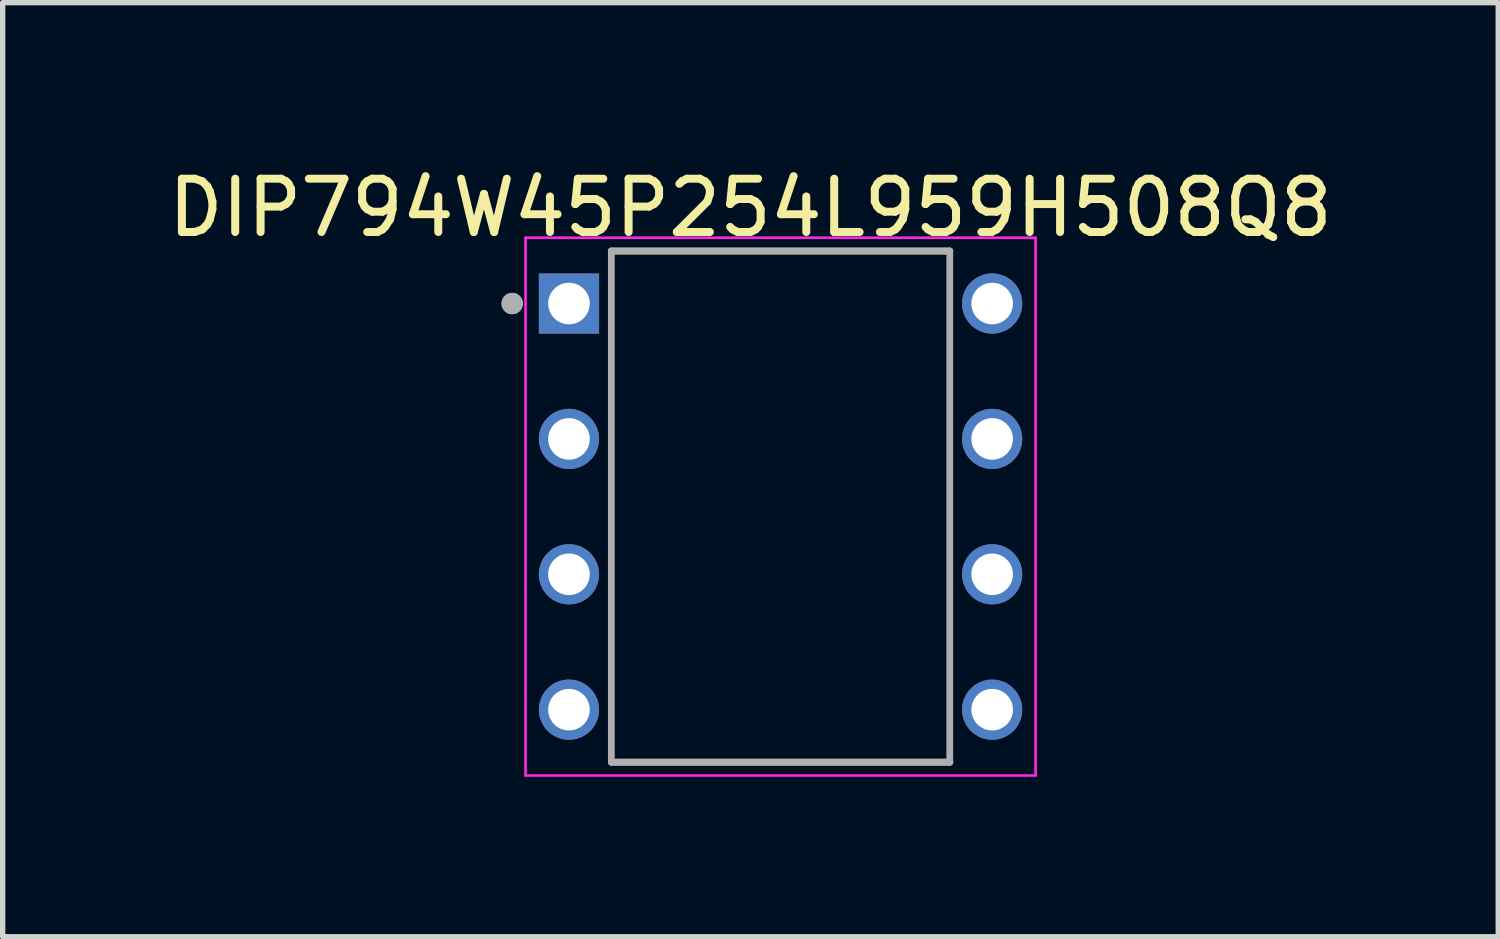
<source format=kicad_pcb>
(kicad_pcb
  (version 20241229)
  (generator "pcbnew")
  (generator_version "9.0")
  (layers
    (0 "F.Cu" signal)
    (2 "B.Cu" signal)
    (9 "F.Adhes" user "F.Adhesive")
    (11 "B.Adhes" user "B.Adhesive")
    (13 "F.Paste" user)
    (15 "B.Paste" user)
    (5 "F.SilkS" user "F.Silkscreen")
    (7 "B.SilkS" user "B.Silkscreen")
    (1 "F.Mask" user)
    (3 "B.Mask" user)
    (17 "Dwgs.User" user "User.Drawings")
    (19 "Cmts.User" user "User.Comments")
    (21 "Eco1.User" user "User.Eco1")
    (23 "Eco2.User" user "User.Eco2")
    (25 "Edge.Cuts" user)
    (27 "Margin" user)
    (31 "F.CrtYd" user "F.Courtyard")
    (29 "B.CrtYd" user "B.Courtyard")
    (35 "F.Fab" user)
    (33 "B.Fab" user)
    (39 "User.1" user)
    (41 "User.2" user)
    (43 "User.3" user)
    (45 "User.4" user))
  (footprint "DIP794W45P254L959H508Q8"
    (layer "F.Cu")
    (at 11.595 6.455)
    (property "Reference" "DIP794W45P254L959H508Q8" (at -0.565 -5.607 0) (layer "F.SilkS") (effects (font (size 1 1) (thickness 0.15))))
    (attr through_hole)
    (fp_line (start -3.175 -4.795) (end 3.175 -4.795) (stroke (width 0.127) (type solid)) (layer "F.SilkS"))
    (fp_line (start -3.175 4.795) (end 3.175 4.795) (stroke (width 0.127) (type solid)) (layer "F.SilkS"))
    (fp_circle (center -5.035 -3.81) (end -4.935 -3.81) (stroke (width 0.2) (type solid)) (fill no) (layer "F.SilkS"))
    (fp_line (start -4.785 -5.045) (end -4.785 5.045) (stroke (width 0.05) (type solid)) (layer "F.CrtYd"))
    (fp_line (start 4.785 -5.045) (end -4.785 -5.045) (stroke (width 0.05) (type solid)) (layer "F.CrtYd"))
    (fp_line (start 4.785 -5.045) (end 4.785 5.045) (stroke (width 0.05) (type solid)) (layer "F.CrtYd"))
    (fp_line (start 4.785 5.045) (end -4.785 5.045) (stroke (width 0.05) (type solid)) (layer "F.CrtYd"))
    (fp_line (start -3.175 -4.795) (end -3.175 4.795) (stroke (width 0.127) (type solid)) (layer "F.Fab"))
    (fp_line (start -3.175 -4.795) (end 3.175 -4.795) (stroke (width 0.127) (type solid)) (layer "F.Fab"))
    (fp_line (start -3.175 4.795) (end 3.175 4.795) (stroke (width 0.127) (type solid)) (layer "F.Fab"))
    (fp_line (start 3.175 -4.795) (end 3.175 4.795) (stroke (width 0.127) (type solid)) (layer "F.Fab"))
    (fp_circle (center -5.035 -3.81) (end -4.935 -3.81) (stroke (width 0.2) (type solid)) (fill no) (layer "F.Fab"))
    (pad "1" thru_hole rect (at -3.97 -3.81) (size 1.13 1.13) (drill 0.78) (layers "*.Cu" "*.Mask"))
    (pad "2" thru_hole circle (at -3.97 -1.27) (size 1.13 1.13) (drill 0.78) (layers "*.Cu" "*.Mask"))
    (pad "3" thru_hole circle (at -3.97 1.27) (size 1.13 1.13) (drill 0.78) (layers "*.Cu" "*.Mask"))
    (pad "4" thru_hole circle (at -3.97 3.81) (size 1.13 1.13) (drill 0.78) (layers "*.Cu" "*.Mask"))
    (pad "5" thru_hole circle (at 3.97 3.81) (size 1.13 1.13) (drill 0.78) (layers "*.Cu" "*.Mask"))
    (pad "6" thru_hole circle (at 3.97 1.27) (size 1.13 1.13) (drill 0.78) (layers "*.Cu" "*.Mask"))
    (pad "7" thru_hole circle (at 3.97 -1.27) (size 1.13 1.13) (drill 0.78) (layers "*.Cu" "*.Mask"))
    (pad "8" thru_hole circle (at 3.97 -3.81) (size 1.13 1.13) (drill 0.78) (layers "*.Cu" "*.Mask")))
  (gr_rect
    (start -3 -3)
    (end 25.06 14.525)
    (stroke (width 0.1) (type default))
    (fill no)
    (layer "Edge.Cuts")))
</source>
